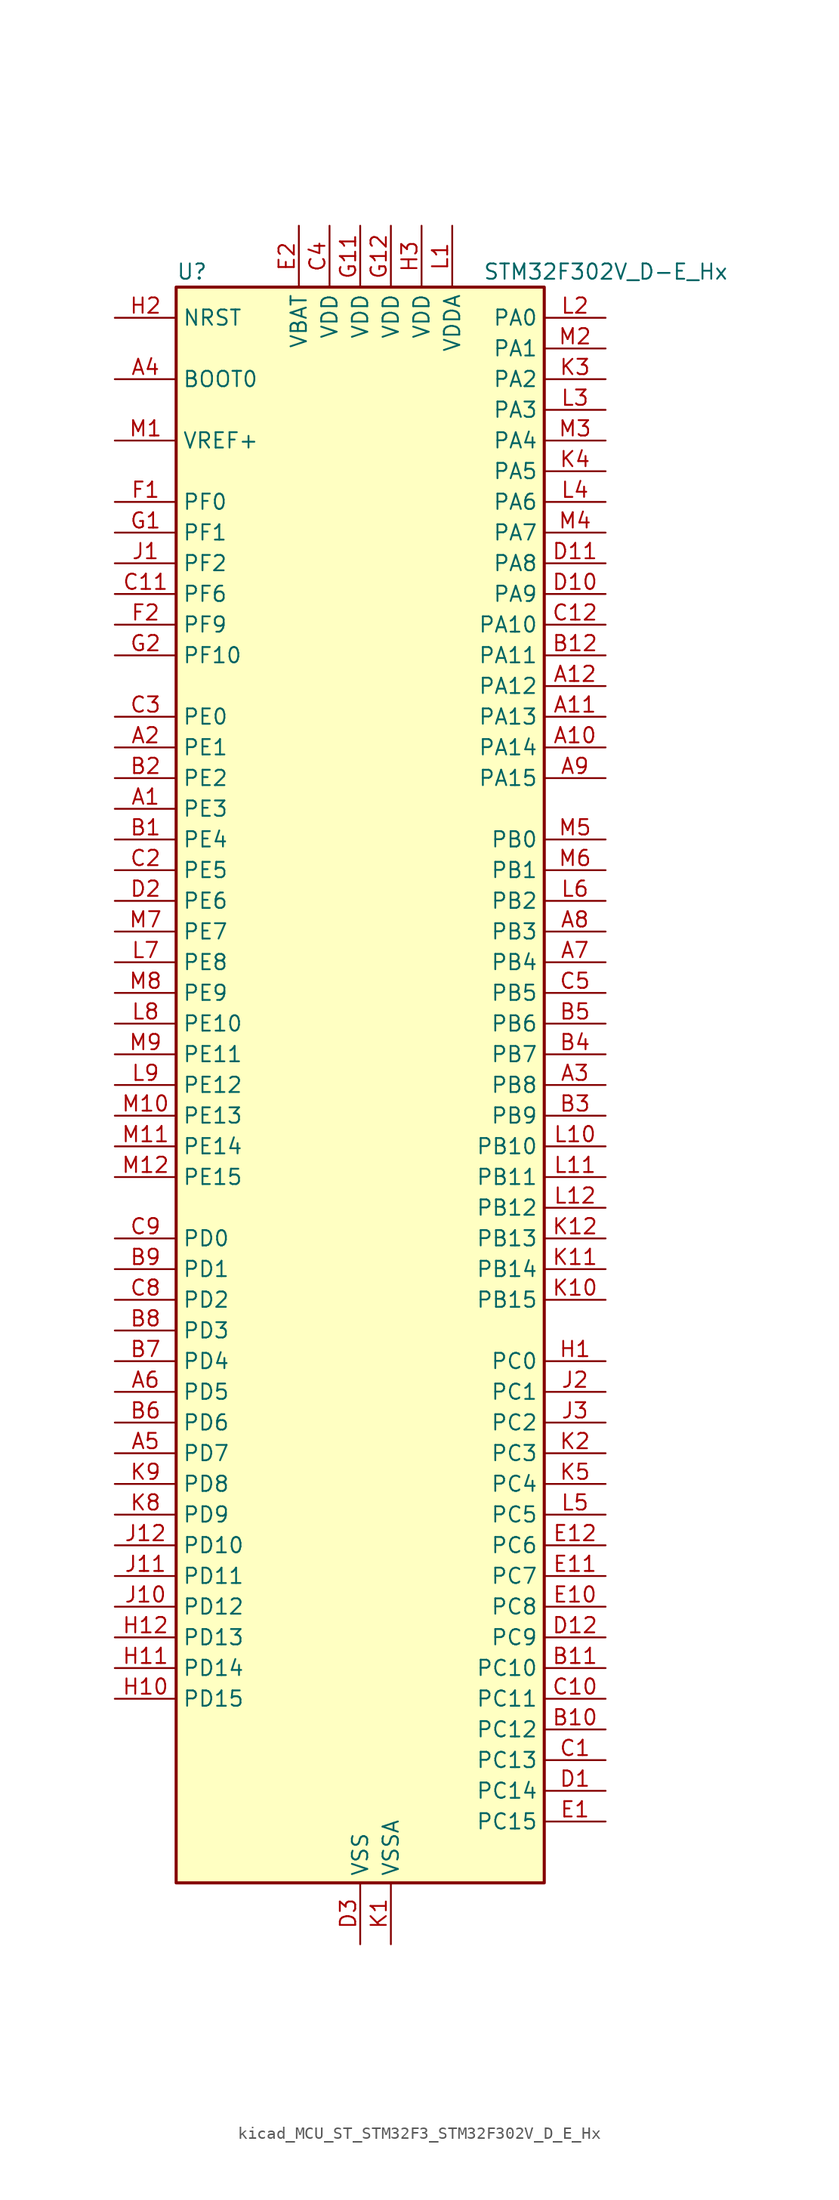
<source format=kicad_sym>
(kicad_symbol_lib
  (version 20220914)
  (generator kicad_symbol_editor)
  (symbol "kicad_MCU_ST_STM32F3_STM32F302V_D_E_Hx"
    (property "Reference" "U"
      (at -15.24 67.31 0)
      (effects (font (size 1.27 1.27)) (justify left)))
    (property "Value" "STM32F302V_D-E_Hx"
      (at 10.16 67.31 0)
      (effects (font (size 1.27 1.27)) (justify left)))
    (property "ki_locked" ""
      (at 0 0 0)
      (effects (font (size 1.27 1.27))))
    (symbol "kicad_MCU_ST_STM32F3_STM32F302V_D_E_Hx_0_1"
      (rectangle (start -15.24 -66.04) (end 15.24 66.04) (stroke (width 0.254) (type default)) (fill (type background))))
    (symbol "kicad_MCU_ST_STM32F3_STM32F302V_D_E_Hx_1_1"
      (pin bidirectional line (at -20.32 22.86 0) (length 5.08) (name "PE3" (effects (font (size 1.27 1.27)))) (number "A1" (effects (font (size 1.27 1.27)))) (alternate "FMC_A19" bidirectional line) (alternate "SPI4_NSS" bidirectional line) (alternate "SYS_TRACED0" bidirectional line) (alternate "TIM3_CH2" bidirectional line) (alternate "TSC_G7_IO2" bidirectional line))
      (pin bidirectional line (at 20.32 27.94 180) (length 5.08) (name "PA14" (effects (font (size 1.27 1.27)))) (number "A10" (effects (font (size 1.27 1.27)))) (alternate "I2C1_SDA" bidirectional line) (alternate "SYS_JTCK-SWCLK" bidirectional line) (alternate "TIM1_BKIN" bidirectional line) (alternate "TSC_G4_IO4" bidirectional line) (alternate "USART2_TX" bidirectional line))
      (pin bidirectional line (at 20.32 30.48 180) (length 5.08) (name "PA13" (effects (font (size 1.27 1.27)))) (number "A11" (effects (font (size 1.27 1.27)))) (alternate "IR_OUT" bidirectional line) (alternate "SYS_JTMS-SWDIO" bidirectional line) (alternate "TIM16_CH1N" bidirectional line) (alternate "TIM4_CH3" bidirectional line) (alternate "TSC_G4_IO3" bidirectional line) (alternate "USART3_CTS" bidirectional line))
      (pin bidirectional line (at 20.32 33.02 180) (length 5.08) (name "PA12" (effects (font (size 1.27 1.27)))) (number "A12" (effects (font (size 1.27 1.27)))) (alternate "CAN_TX" bidirectional line) (alternate "COMP2_OUT" bidirectional line) (alternate "I2S_CKIN" bidirectional line) (alternate "TIM16_CH1" bidirectional line) (alternate "TIM1_CH2N" bidirectional line) (alternate "TIM1_ETR" bidirectional line) (alternate "TIM4_CH2" bidirectional line) (alternate "USART1_DE" bidirectional line) (alternate "USART1_RTS" bidirectional line) (alternate "USB_DP" bidirectional line))
      (pin bidirectional line (at -20.32 27.94 0) (length 5.08) (name "PE1" (effects (font (size 1.27 1.27)))) (number "A2" (effects (font (size 1.27 1.27)))) (alternate "FMC_NBL1" bidirectional line) (alternate "TIM17_CH1" bidirectional line) (alternate "USART1_RX" bidirectional line))
      (pin bidirectional line (at 20.32 0 180) (length 5.08) (name "PB8" (effects (font (size 1.27 1.27)))) (number "A3" (effects (font (size 1.27 1.27)))) (alternate "CAN_RX" bidirectional line) (alternate "COMP1_OUT" bidirectional line) (alternate "I2C1_SCL" bidirectional line) (alternate "TIM16_CH1" bidirectional line) (alternate "TIM1_BKIN" bidirectional line) (alternate "TIM4_CH3" bidirectional line) (alternate "TSC_SYNC" bidirectional line) (alternate "USART3_RX" bidirectional line))
      (pin input line (at -20.32 58.42 0) (length 5.08) (name "BOOT0" (effects (font (size 1.27 1.27)))) (number "A4" (effects (font (size 1.27 1.27)))))
      (pin bidirectional line (at -20.32 -30.48 0) (length 5.08) (name "PD7" (effects (font (size 1.27 1.27)))) (number "A5" (effects (font (size 1.27 1.27)))) (alternate "FMC_NCE2" bidirectional line) (alternate "FMC_NE1" bidirectional line) (alternate "TIM2_CH3" bidirectional line) (alternate "USART2_CK" bidirectional line))
      (pin bidirectional line (at -20.32 -25.4 0) (length 5.08) (name "PD5" (effects (font (size 1.27 1.27)))) (number "A6" (effects (font (size 1.27 1.27)))) (alternate "FMC_NWE" bidirectional line) (alternate "USART2_TX" bidirectional line))
      (pin bidirectional line (at 20.32 10.16 180) (length 5.08) (name "PB4" (effects (font (size 1.27 1.27)))) (number "A7" (effects (font (size 1.27 1.27)))) (alternate "I2S3_ext_SD" bidirectional line) (alternate "SPI1_MISO" bidirectional line) (alternate "SPI3_MISO" bidirectional line) (alternate "SYS_NJTRST" bidirectional line) (alternate "TIM16_CH1" bidirectional line) (alternate "TIM17_BKIN" bidirectional line) (alternate "TIM3_CH1" bidirectional line) (alternate "TSC_G5_IO2" bidirectional line) (alternate "USART2_RX" bidirectional line))
      (pin bidirectional line (at 20.32 12.7 180) (length 5.08) (name "PB3" (effects (font (size 1.27 1.27)))) (number "A8" (effects (font (size 1.27 1.27)))) (alternate "I2S3_CK" bidirectional line) (alternate "SPI1_SCK" bidirectional line) (alternate "SPI3_SCK" bidirectional line) (alternate "SYS_JTDO-TRACESWO" bidirectional line) (alternate "TIM2_CH2" bidirectional line) (alternate "TIM3_ETR" bidirectional line) (alternate "TIM4_ETR" bidirectional line) (alternate "TSC_G5_IO1" bidirectional line) (alternate "USART2_TX" bidirectional line))
      (pin bidirectional line (at 20.32 25.4 180) (length 5.08) (name "PA15" (effects (font (size 1.27 1.27)))) (number "A9" (effects (font (size 1.27 1.27)))) (alternate "ADC1_EXTI15" bidirectional line) (alternate "ADC2_EXTI15" bidirectional line) (alternate "I2C1_SCL" bidirectional line) (alternate "I2S3_WS" bidirectional line) (alternate "SPI1_NSS" bidirectional line) (alternate "SPI3_NSS" bidirectional line) (alternate "SYS_JTDI" bidirectional line) (alternate "TIM1_BKIN" bidirectional line) (alternate "TIM2_CH1" bidirectional line) (alternate "TIM2_ETR" bidirectional line) (alternate "TSC_SYNC" bidirectional line) (alternate "USART2_RX" bidirectional line))
      (pin bidirectional line (at -20.32 20.32 0) (length 5.08) (name "PE4" (effects (font (size 1.27 1.27)))) (number "B1" (effects (font (size 1.27 1.27)))) (alternate "FMC_A20" bidirectional line) (alternate "SPI4_NSS" bidirectional line) (alternate "SYS_TRACED1" bidirectional line) (alternate "TIM3_CH3" bidirectional line) (alternate "TSC_G7_IO3" bidirectional line))
      (pin bidirectional line (at 20.32 -53.34 180) (length 5.08) (name "PC12" (effects (font (size 1.27 1.27)))) (number "B10" (effects (font (size 1.27 1.27)))) (alternate "I2S3_SD" bidirectional line) (alternate "SPI3_MOSI" bidirectional line) (alternate "UART5_TX" bidirectional line) (alternate "USART3_CK" bidirectional line))
      (pin bidirectional line (at 20.32 -48.26 180) (length 5.08) (name "PC10" (effects (font (size 1.27 1.27)))) (number "B11" (effects (font (size 1.27 1.27)))) (alternate "I2S3_CK" bidirectional line) (alternate "SPI3_SCK" bidirectional line) (alternate "UART4_TX" bidirectional line) (alternate "USART3_TX" bidirectional line))
      (pin bidirectional line (at 20.32 35.56 180) (length 5.08) (name "PA11" (effects (font (size 1.27 1.27)))) (number "B12" (effects (font (size 1.27 1.27)))) (alternate "ADC1_EXTI11" bidirectional line) (alternate "ADC2_EXTI11" bidirectional line) (alternate "CAN_RX" bidirectional line) (alternate "COMP1_OUT" bidirectional line) (alternate "I2S2_SD" bidirectional line) (alternate "SPI2_MOSI" bidirectional line) (alternate "TIM1_BKIN2" bidirectional line) (alternate "TIM1_CH1N" bidirectional line) (alternate "TIM1_CH4" bidirectional line) (alternate "TIM4_CH1" bidirectional line) (alternate "USART1_CTS" bidirectional line) (alternate "USB_DM" bidirectional line))
      (pin bidirectional line (at -20.32 25.4 0) (length 5.08) (name "PE2" (effects (font (size 1.27 1.27)))) (number "B2" (effects (font (size 1.27 1.27)))) (alternate "FMC_A23" bidirectional line) (alternate "SPI4_SCK" bidirectional line) (alternate "SYS_TRACECK" bidirectional line) (alternate "TIM3_CH1" bidirectional line) (alternate "TSC_G7_IO1" bidirectional line))
      (pin bidirectional line (at 20.32 -2.54 180) (length 5.08) (name "PB9" (effects (font (size 1.27 1.27)))) (number "B3" (effects (font (size 1.27 1.27)))) (alternate "CAN_TX" bidirectional line) (alternate "COMP2_OUT" bidirectional line) (alternate "DAC1_EXTI9" bidirectional line) (alternate "I2C1_SDA" bidirectional line) (alternate "IR_OUT" bidirectional line) (alternate "TIM17_CH1" bidirectional line) (alternate "TIM4_CH4" bidirectional line) (alternate "USART3_TX" bidirectional line))
      (pin bidirectional line (at 20.32 2.54 180) (length 5.08) (name "PB7" (effects (font (size 1.27 1.27)))) (number "B4" (effects (font (size 1.27 1.27)))) (alternate "FMC_NL" bidirectional line) (alternate "I2C1_SDA" bidirectional line) (alternate "TIM17_CH1N" bidirectional line) (alternate "TIM3_CH4" bidirectional line) (alternate "TIM4_CH2" bidirectional line) (alternate "TSC_G5_IO4" bidirectional line) (alternate "USART1_RX" bidirectional line))
      (pin bidirectional line (at 20.32 5.08 180) (length 5.08) (name "PB6" (effects (font (size 1.27 1.27)))) (number "B5" (effects (font (size 1.27 1.27)))) (alternate "I2C1_SCL" bidirectional line) (alternate "TIM16_CH1N" bidirectional line) (alternate "TIM4_CH1" bidirectional line) (alternate "TSC_G5_IO3" bidirectional line) (alternate "USART1_TX" bidirectional line))
      (pin bidirectional line (at -20.32 -27.94 0) (length 5.08) (name "PD6" (effects (font (size 1.27 1.27)))) (number "B6" (effects (font (size 1.27 1.27)))) (alternate "FMC_NWAIT" bidirectional line) (alternate "TIM2_CH4" bidirectional line) (alternate "USART2_RX" bidirectional line))
      (pin bidirectional line (at -20.32 -22.86 0) (length 5.08) (name "PD4" (effects (font (size 1.27 1.27)))) (number "B7" (effects (font (size 1.27 1.27)))) (alternate "FMC_NOE" bidirectional line) (alternate "TIM2_CH2" bidirectional line) (alternate "USART2_DE" bidirectional line) (alternate "USART2_RTS" bidirectional line))
      (pin bidirectional line (at -20.32 -20.32 0) (length 5.08) (name "PD3" (effects (font (size 1.27 1.27)))) (number "B8" (effects (font (size 1.27 1.27)))) (alternate "FMC_CLK" bidirectional line) (alternate "TIM2_CH1" bidirectional line) (alternate "TIM2_ETR" bidirectional line) (alternate "USART2_CTS" bidirectional line))
      (pin bidirectional line (at -20.32 -15.24 0) (length 5.08) (name "PD1" (effects (font (size 1.27 1.27)))) (number "B9" (effects (font (size 1.27 1.27)))) (alternate "CAN_TX" bidirectional line) (alternate "FMC_D3" bidirectional line) (alternate "FMC_DA3" bidirectional line))
      (pin bidirectional line (at 20.32 -55.88 180) (length 5.08) (name "PC13" (effects (font (size 1.27 1.27)))) (number "C1" (effects (font (size 1.27 1.27)))) (alternate "RTC_OUT_ALARM" bidirectional line) (alternate "RTC_OUT_CALIB" bidirectional line) (alternate "RTC_TAMP1" bidirectional line) (alternate "RTC_TS" bidirectional line) (alternate "SYS_WKUP2" bidirectional line) (alternate "TIM1_CH1N" bidirectional line))
      (pin bidirectional line (at 20.32 -50.8 180) (length 5.08) (name "PC11" (effects (font (size 1.27 1.27)))) (number "C10" (effects (font (size 1.27 1.27)))) (alternate "ADC1_EXTI11" bidirectional line) (alternate "ADC2_EXTI11" bidirectional line) (alternate "I2S3_ext_SD" bidirectional line) (alternate "SPI3_MISO" bidirectional line) (alternate "UART4_RX" bidirectional line) (alternate "USART3_RX" bidirectional line))
      (pin bidirectional line (at -20.32 40.64 0) (length 5.08) (name "PF6" (effects (font (size 1.27 1.27)))) (number "C11" (effects (font (size 1.27 1.27)))) (alternate "FMC_NIORD" bidirectional line) (alternate "I2C2_SCL" bidirectional line) (alternate "TIM4_CH4" bidirectional line) (alternate "USART3_DE" bidirectional line) (alternate "USART3_RTS" bidirectional line))
      (pin bidirectional line (at 20.32 38.1 180) (length 5.08) (name "PA10" (effects (font (size 1.27 1.27)))) (number "C12" (effects (font (size 1.27 1.27)))) (alternate "COMP6_OUT" bidirectional line) (alternate "I2C2_SDA" bidirectional line) (alternate "I2S2_ext_SD" bidirectional line) (alternate "SPI2_MISO" bidirectional line) (alternate "TIM17_BKIN" bidirectional line) (alternate "TIM1_CH3" bidirectional line) (alternate "TIM2_CH4" bidirectional line) (alternate "TSC_G4_IO2" bidirectional line) (alternate "USART1_RX" bidirectional line))
      (pin bidirectional line (at -20.32 17.78 0) (length 5.08) (name "PE5" (effects (font (size 1.27 1.27)))) (number "C2" (effects (font (size 1.27 1.27)))) (alternate "FMC_A21" bidirectional line) (alternate "SPI4_MISO" bidirectional line) (alternate "SYS_TRACED2" bidirectional line) (alternate "TIM3_CH4" bidirectional line) (alternate "TSC_G7_IO4" bidirectional line))
      (pin bidirectional line (at -20.32 30.48 0) (length 5.08) (name "PE0" (effects (font (size 1.27 1.27)))) (number "C3" (effects (font (size 1.27 1.27)))) (alternate "FMC_NBL0" bidirectional line) (alternate "TIM16_CH1" bidirectional line) (alternate "TIM4_ETR" bidirectional line) (alternate "USART1_TX" bidirectional line))
      (pin power_in line (at -2.54 71.12 270) (length 5.08) (name "VDD" (effects (font (size 1.27 1.27)))) (number "C4" (effects (font (size 1.27 1.27)))))
      (pin bidirectional line (at 20.32 7.62 180) (length 5.08) (name "PB5" (effects (font (size 1.27 1.27)))) (number "C5" (effects (font (size 1.27 1.27)))) (alternate "I2C1_SMBA" bidirectional line) (alternate "I2C3_SDA" bidirectional line) (alternate "I2S3_SD" bidirectional line) (alternate "SPI1_MOSI" bidirectional line) (alternate "SPI3_MOSI" bidirectional line) (alternate "TIM16_BKIN" bidirectional line) (alternate "TIM17_CH1" bidirectional line) (alternate "TIM3_CH2" bidirectional line) (alternate "USART2_CK" bidirectional line))
      (pin bidirectional line (at -20.32 -17.78 0) (length 5.08) (name "PD2" (effects (font (size 1.27 1.27)))) (number "C8" (effects (font (size 1.27 1.27)))) (alternate "TIM3_ETR" bidirectional line) (alternate "UART5_RX" bidirectional line))
      (pin bidirectional line (at -20.32 -12.7 0) (length 5.08) (name "PD0" (effects (font (size 1.27 1.27)))) (number "C9" (effects (font (size 1.27 1.27)))) (alternate "CAN_RX" bidirectional line) (alternate "FMC_D2" bidirectional line) (alternate "FMC_DA2" bidirectional line))
      (pin bidirectional line (at 20.32 -58.42 180) (length 5.08) (name "PC14" (effects (font (size 1.27 1.27)))) (number "D1" (effects (font (size 1.27 1.27)))) (alternate "RCC_OSC32_IN" bidirectional line))
      (pin bidirectional line (at 20.32 40.64 180) (length 5.08) (name "PA9" (effects (font (size 1.27 1.27)))) (number "D10" (effects (font (size 1.27 1.27)))) (alternate "DAC1_EXTI9" bidirectional line) (alternate "I2C2_SCL" bidirectional line) (alternate "I2C3_SMBA" bidirectional line) (alternate "I2S3_MCK" bidirectional line) (alternate "TIM15_BKIN" bidirectional line) (alternate "TIM1_CH2" bidirectional line) (alternate "TIM2_CH3" bidirectional line) (alternate "TSC_G4_IO1" bidirectional line) (alternate "USART1_TX" bidirectional line))
      (pin bidirectional line (at 20.32 43.18 180) (length 5.08) (name "PA8" (effects (font (size 1.27 1.27)))) (number "D11" (effects (font (size 1.27 1.27)))) (alternate "I2C2_SMBA" bidirectional line) (alternate "I2C3_SCL" bidirectional line) (alternate "I2S2_MCK" bidirectional line) (alternate "RCC_MCO" bidirectional line) (alternate "TIM1_CH1" bidirectional line) (alternate "TIM4_ETR" bidirectional line) (alternate "USART1_CK" bidirectional line))
      (pin bidirectional line (at 20.32 -45.72 180) (length 5.08) (name "PC9" (effects (font (size 1.27 1.27)))) (number "D12" (effects (font (size 1.27 1.27)))) (alternate "DAC1_EXTI9" bidirectional line) (alternate "I2C3_SDA" bidirectional line) (alternate "I2S_CKIN" bidirectional line) (alternate "TIM3_CH4" bidirectional line))
      (pin bidirectional line (at -20.32 15.24 0) (length 5.08) (name "PE6" (effects (font (size 1.27 1.27)))) (number "D2" (effects (font (size 1.27 1.27)))) (alternate "FMC_A22" bidirectional line) (alternate "RTC_TAMP3" bidirectional line) (alternate "SPI4_MOSI" bidirectional line) (alternate "SYS_TRACED3" bidirectional line) (alternate "SYS_WKUP3" bidirectional line))
      (pin power_in line (at 0 -71.12 90) (length 5.08) (name "VSS" (effects (font (size 1.27 1.27)))) (number "D3" (effects (font (size 1.27 1.27)))))
      (pin bidirectional line (at 20.32 -60.96 180) (length 5.08) (name "PC15" (effects (font (size 1.27 1.27)))) (number "E1" (effects (font (size 1.27 1.27)))) (alternate "ADC1_EXTI15" bidirectional line) (alternate "ADC2_EXTI15" bidirectional line) (alternate "RCC_OSC32_OUT" bidirectional line))
      (pin bidirectional line (at 20.32 -43.18 180) (length 5.08) (name "PC8" (effects (font (size 1.27 1.27)))) (number "E10" (effects (font (size 1.27 1.27)))) (alternate "TIM3_CH3" bidirectional line))
      (pin bidirectional line (at 20.32 -40.64 180) (length 5.08) (name "PC7" (effects (font (size 1.27 1.27)))) (number "E11" (effects (font (size 1.27 1.27)))) (alternate "I2S3_MCK" bidirectional line) (alternate "TIM3_CH2" bidirectional line))
      (pin bidirectional line (at 20.32 -38.1 180) (length 5.08) (name "PC6" (effects (font (size 1.27 1.27)))) (number "E12" (effects (font (size 1.27 1.27)))) (alternate "COMP6_OUT" bidirectional line) (alternate "I2S2_MCK" bidirectional line) (alternate "TIM3_CH1" bidirectional line))
      (pin power_in line (at -5.08 71.12 270) (length 5.08) (name "VBAT" (effects (font (size 1.27 1.27)))) (number "E2" (effects (font (size 1.27 1.27)))))
      (pin passive line (at 0 -71.12 90) (length 5.08) hide (name "VSS" (effects (font (size 1.27 1.27)))) (number "E3" (effects (font (size 1.27 1.27)))))
      (pin bidirectional line (at -20.32 48.26 0) (length 5.08) (name "PF0" (effects (font (size 1.27 1.27)))) (number "F1" (effects (font (size 1.27 1.27)))) (alternate "I2C2_SDA" bidirectional line) (alternate "I2S2_WS" bidirectional line) (alternate "RCC_OSC_IN" bidirectional line) (alternate "SPI2_NSS" bidirectional line) (alternate "TIM1_CH3N" bidirectional line))
      (pin passive line (at 0 -71.12 90) (length 5.08) hide (name "VSS" (effects (font (size 1.27 1.27)))) (number "F11" (effects (font (size 1.27 1.27)))))
      (pin passive line (at 0 -71.12 90) (length 5.08) hide (name "VSS" (effects (font (size 1.27 1.27)))) (number "F12" (effects (font (size 1.27 1.27)))))
      (pin bidirectional line (at -20.32 38.1 0) (length 5.08) (name "PF9" (effects (font (size 1.27 1.27)))) (number "F2" (effects (font (size 1.27 1.27)))) (alternate "DAC1_EXTI9" bidirectional line) (alternate "FMC_CD" bidirectional line) (alternate "SPI2_SCK" bidirectional line) (alternate "TIM15_CH1" bidirectional line))
      (pin bidirectional line (at -20.32 45.72 0) (length 5.08) (name "PF1" (effects (font (size 1.27 1.27)))) (number "G1" (effects (font (size 1.27 1.27)))) (alternate "I2C2_SCL" bidirectional line) (alternate "I2S2_CK" bidirectional line) (alternate "RCC_OSC_OUT" bidirectional line) (alternate "SPI2_SCK" bidirectional line))
      (pin power_in line (at 0 71.12 270) (length 5.08) (name "VDD" (effects (font (size 1.27 1.27)))) (number "G11" (effects (font (size 1.27 1.27)))))
      (pin power_in line (at 2.54 71.12 270) (length 5.08) (name "VDD" (effects (font (size 1.27 1.27)))) (number "G12" (effects (font (size 1.27 1.27)))))
      (pin bidirectional line (at -20.32 35.56 0) (length 5.08) (name "PF10" (effects (font (size 1.27 1.27)))) (number "G2" (effects (font (size 1.27 1.27)))) (alternate "FMC_INTR" bidirectional line) (alternate "SPI2_SCK" bidirectional line) (alternate "TIM15_CH2" bidirectional line))
      (pin bidirectional line (at 20.32 -22.86 180) (length 5.08) (name "PC0" (effects (font (size 1.27 1.27)))) (number "H1" (effects (font (size 1.27 1.27)))) (alternate "ADC1_IN6" bidirectional line) (alternate "ADC2_IN6" bidirectional line) (alternate "TIM1_CH1" bidirectional line))
      (pin bidirectional line (at -20.32 -50.8 0) (length 5.08) (name "PD15" (effects (font (size 1.27 1.27)))) (number "H10" (effects (font (size 1.27 1.27)))) (alternate "ADC1_EXTI15" bidirectional line) (alternate "ADC2_EXTI15" bidirectional line) (alternate "FMC_D1" bidirectional line) (alternate "FMC_DA1" bidirectional line) (alternate "SPI2_NSS" bidirectional line) (alternate "TIM4_CH4" bidirectional line) (alternate "TSC_G8_IO4" bidirectional line))
      (pin bidirectional line (at -20.32 -48.26 0) (length 5.08) (name "PD14" (effects (font (size 1.27 1.27)))) (number "H11" (effects (font (size 1.27 1.27)))) (alternate "FMC_D0" bidirectional line) (alternate "FMC_DA0" bidirectional line) (alternate "OPAMP2_VINP" bidirectional line) (alternate "OPAMP2_VINP_SEC" bidirectional line) (alternate "TIM4_CH3" bidirectional line) (alternate "TSC_G8_IO3" bidirectional line))
      (pin bidirectional line (at -20.32 -45.72 0) (length 5.08) (name "PD13" (effects (font (size 1.27 1.27)))) (number "H12" (effects (font (size 1.27 1.27)))) (alternate "FMC_A18" bidirectional line) (alternate "TIM4_CH2" bidirectional line) (alternate "TSC_G8_IO2" bidirectional line))
      (pin input line (at -20.32 63.5 0) (length 5.08) (name "NRST" (effects (font (size 1.27 1.27)))) (number "H2" (effects (font (size 1.27 1.27)))))
      (pin power_in line (at 5.08 71.12 270) (length 5.08) (name "VDD" (effects (font (size 1.27 1.27)))) (number "H3" (effects (font (size 1.27 1.27)))))
      (pin bidirectional line (at -20.32 43.18 0) (length 5.08) (name "PF2" (effects (font (size 1.27 1.27)))) (number "J1" (effects (font (size 1.27 1.27)))) (alternate "ADC1_IN10" bidirectional line) (alternate "ADC2_IN10" bidirectional line) (alternate "FMC_A2" bidirectional line))
      (pin bidirectional line (at -20.32 -43.18 0) (length 5.08) (name "PD12" (effects (font (size 1.27 1.27)))) (number "J10" (effects (font (size 1.27 1.27)))) (alternate "FMC_A17" bidirectional line) (alternate "FMC_ALE" bidirectional line) (alternate "TIM4_CH1" bidirectional line) (alternate "TSC_G8_IO1" bidirectional line) (alternate "USART3_DE" bidirectional line) (alternate "USART3_RTS" bidirectional line))
      (pin bidirectional line (at -20.32 -40.64 0) (length 5.08) (name "PD11" (effects (font (size 1.27 1.27)))) (number "J11" (effects (font (size 1.27 1.27)))) (alternate "ADC1_EXTI11" bidirectional line) (alternate "ADC2_EXTI11" bidirectional line) (alternate "FMC_A16" bidirectional line) (alternate "FMC_CLE" bidirectional line) (alternate "USART3_CTS" bidirectional line))
      (pin bidirectional line (at -20.32 -38.1 0) (length 5.08) (name "PD10" (effects (font (size 1.27 1.27)))) (number "J12" (effects (font (size 1.27 1.27)))) (alternate "COMP6_INM" bidirectional line) (alternate "FMC_D15" bidirectional line) (alternate "FMC_DA15" bidirectional line) (alternate "USART3_CK" bidirectional line))
      (pin bidirectional line (at 20.32 -25.4 180) (length 5.08) (name "PC1" (effects (font (size 1.27 1.27)))) (number "J2" (effects (font (size 1.27 1.27)))) (alternate "ADC1_IN7" bidirectional line) (alternate "ADC2_IN7" bidirectional line) (alternate "TIM1_CH2" bidirectional line))
      (pin bidirectional line (at 20.32 -27.94 180) (length 5.08) (name "PC2" (effects (font (size 1.27 1.27)))) (number "J3" (effects (font (size 1.27 1.27)))) (alternate "ADC1_IN8" bidirectional line) (alternate "ADC2_IN8" bidirectional line) (alternate "TIM1_CH3" bidirectional line))
      (pin power_in line (at 2.54 -71.12 90) (length 5.08) (name "VSSA" (effects (font (size 1.27 1.27)))) (number "K1" (effects (font (size 1.27 1.27)))))
      (pin bidirectional line (at 20.32 -17.78 180) (length 5.08) (name "PB15" (effects (font (size 1.27 1.27)))) (number "K10" (effects (font (size 1.27 1.27)))) (alternate "ADC1_EXTI15" bidirectional line) (alternate "ADC2_EXTI15" bidirectional line) (alternate "COMP6_INM" bidirectional line) (alternate "I2S2_SD" bidirectional line) (alternate "RTC_REFIN" bidirectional line) (alternate "SPI2_MOSI" bidirectional line) (alternate "TIM15_CH1N" bidirectional line) (alternate "TIM15_CH2" bidirectional line) (alternate "TIM1_CH3N" bidirectional line))
      (pin bidirectional line (at 20.32 -15.24 180) (length 5.08) (name "PB14" (effects (font (size 1.27 1.27)))) (number "K11" (effects (font (size 1.27 1.27)))) (alternate "I2S2_ext_SD" bidirectional line) (alternate "OPAMP2_VINP" bidirectional line) (alternate "OPAMP2_VINP_SEC" bidirectional line) (alternate "SPI2_MISO" bidirectional line) (alternate "TIM15_CH1" bidirectional line) (alternate "TIM1_CH2N" bidirectional line) (alternate "TSC_G6_IO4" bidirectional line) (alternate "USART3_DE" bidirectional line) (alternate "USART3_RTS" bidirectional line))
      (pin bidirectional line (at 20.32 -12.7 180) (length 5.08) (name "PB13" (effects (font (size 1.27 1.27)))) (number "K12" (effects (font (size 1.27 1.27)))) (alternate "I2S2_CK" bidirectional line) (alternate "SPI2_SCK" bidirectional line) (alternate "TIM1_CH1N" bidirectional line) (alternate "TSC_G6_IO3" bidirectional line) (alternate "USART3_CTS" bidirectional line))
      (pin bidirectional line (at 20.32 -30.48 180) (length 5.08) (name "PC3" (effects (font (size 1.27 1.27)))) (number "K2" (effects (font (size 1.27 1.27)))) (alternate "ADC1_IN9" bidirectional line) (alternate "ADC2_IN9" bidirectional line) (alternate "TIM1_BKIN2" bidirectional line) (alternate "TIM1_CH4" bidirectional line))
      (pin bidirectional line (at 20.32 58.42 180) (length 5.08) (name "PA2" (effects (font (size 1.27 1.27)))) (number "K3" (effects (font (size 1.27 1.27)))) (alternate "ADC1_IN3" bidirectional line) (alternate "COMP2_INM" bidirectional line) (alternate "COMP2_OUT" bidirectional line) (alternate "OPAMP1_VOUT" bidirectional line) (alternate "TIM15_CH1" bidirectional line) (alternate "TIM2_CH3" bidirectional line) (alternate "TSC_G1_IO3" bidirectional line) (alternate "USART2_TX" bidirectional line))
      (pin bidirectional line (at 20.32 50.8 180) (length 5.08) (name "PA5" (effects (font (size 1.27 1.27)))) (number "K4" (effects (font (size 1.27 1.27)))) (alternate "ADC2_IN2" bidirectional line) (alternate "COMP1_INM" bidirectional line) (alternate "COMP2_INM" bidirectional line) (alternate "COMP4_INM" bidirectional line) (alternate "COMP6_INM" bidirectional line) (alternate "OPAMP1_VINP" bidirectional line) (alternate "OPAMP1_VINP_SEC" bidirectional line) (alternate "OPAMP2_VINM" bidirectional line) (alternate "OPAMP2_VINM_SEC" bidirectional line) (alternate "SPI1_SCK" bidirectional line) (alternate "TIM2_CH1" bidirectional line) (alternate "TIM2_ETR" bidirectional line) (alternate "TSC_G2_IO2" bidirectional line))
      (pin bidirectional line (at 20.32 -33.02 180) (length 5.08) (name "PC4" (effects (font (size 1.27 1.27)))) (number "K5" (effects (font (size 1.27 1.27)))) (alternate "ADC2_IN5" bidirectional line) (alternate "TIM1_ETR" bidirectional line) (alternate "USART1_TX" bidirectional line))
      (pin bidirectional line (at -20.32 -35.56 0) (length 5.08) (name "PD9" (effects (font (size 1.27 1.27)))) (number "K8" (effects (font (size 1.27 1.27)))) (alternate "DAC1_EXTI9" bidirectional line) (alternate "FMC_D14" bidirectional line) (alternate "FMC_DA14" bidirectional line) (alternate "USART3_RX" bidirectional line))
      (pin bidirectional line (at -20.32 -33.02 0) (length 5.08) (name "PD8" (effects (font (size 1.27 1.27)))) (number "K9" (effects (font (size 1.27 1.27)))) (alternate "FMC_D13" bidirectional line) (alternate "FMC_DA13" bidirectional line) (alternate "USART3_TX" bidirectional line))
      (pin power_in line (at 7.62 71.12 270) (length 5.08) (name "VDDA" (effects (font (size 1.27 1.27)))) (number "L1" (effects (font (size 1.27 1.27)))))
      (pin bidirectional line (at 20.32 -5.08 180) (length 5.08) (name "PB10" (effects (font (size 1.27 1.27)))) (number "L10" (effects (font (size 1.27 1.27)))) (alternate "TIM2_CH3" bidirectional line) (alternate "TSC_SYNC" bidirectional line) (alternate "USART3_TX" bidirectional line))
      (pin bidirectional line (at 20.32 -7.62 180) (length 5.08) (name "PB11" (effects (font (size 1.27 1.27)))) (number "L11" (effects (font (size 1.27 1.27)))) (alternate "ADC1_EXTI11" bidirectional line) (alternate "ADC1_IN14" bidirectional line) (alternate "ADC2_EXTI11" bidirectional line) (alternate "ADC2_IN14" bidirectional line) (alternate "COMP6_INP" bidirectional line) (alternate "TIM2_CH4" bidirectional line) (alternate "TSC_G6_IO1" bidirectional line) (alternate "USART3_RX" bidirectional line))
      (pin bidirectional line (at 20.32 -10.16 180) (length 5.08) (name "PB12" (effects (font (size 1.27 1.27)))) (number "L12" (effects (font (size 1.27 1.27)))) (alternate "I2C2_SMBA" bidirectional line) (alternate "I2S2_WS" bidirectional line) (alternate "SPI2_NSS" bidirectional line) (alternate "TIM1_BKIN" bidirectional line) (alternate "TSC_G6_IO2" bidirectional line) (alternate "USART3_CK" bidirectional line))
      (pin bidirectional line (at 20.32 63.5 180) (length 5.08) (name "PA0" (effects (font (size 1.27 1.27)))) (number "L2" (effects (font (size 1.27 1.27)))) (alternate "ADC1_IN1" bidirectional line) (alternate "COMP1_INM" bidirectional line) (alternate "COMP1_OUT" bidirectional line) (alternate "RTC_TAMP2" bidirectional line) (alternate "SYS_WKUP1" bidirectional line) (alternate "TIM2_CH1" bidirectional line) (alternate "TIM2_ETR" bidirectional line) (alternate "TSC_G1_IO1" bidirectional line) (alternate "USART2_CTS" bidirectional line))
      (pin bidirectional line (at 20.32 55.88 180) (length 5.08) (name "PA3" (effects (font (size 1.27 1.27)))) (number "L3" (effects (font (size 1.27 1.27)))) (alternate "ADC1_IN4" bidirectional line) (alternate "OPAMP1_VINM" bidirectional line) (alternate "OPAMP1_VINM_SEC" bidirectional line) (alternate "OPAMP1_VINP" bidirectional line) (alternate "OPAMP1_VINP_SEC" bidirectional line) (alternate "TIM15_CH2" bidirectional line) (alternate "TIM2_CH4" bidirectional line) (alternate "TSC_G1_IO4" bidirectional line) (alternate "USART2_RX" bidirectional line))
      (pin bidirectional line (at 20.32 48.26 180) (length 5.08) (name "PA6" (effects (font (size 1.27 1.27)))) (number "L4" (effects (font (size 1.27 1.27)))) (alternate "ADC2_IN3" bidirectional line) (alternate "COMP1_OUT" bidirectional line) (alternate "OPAMP2_VOUT" bidirectional line) (alternate "SPI1_MISO" bidirectional line) (alternate "TIM16_CH1" bidirectional line) (alternate "TIM1_BKIN" bidirectional line) (alternate "TIM3_CH1" bidirectional line) (alternate "TSC_G2_IO3" bidirectional line))
      (pin bidirectional line (at 20.32 -35.56 180) (length 5.08) (name "PC5" (effects (font (size 1.27 1.27)))) (number "L5" (effects (font (size 1.27 1.27)))) (alternate "ADC2_IN11" bidirectional line) (alternate "OPAMP1_VINM" bidirectional line) (alternate "OPAMP1_VINM_SEC" bidirectional line) (alternate "OPAMP2_VINM" bidirectional line) (alternate "OPAMP2_VINM_SEC" bidirectional line) (alternate "TIM15_BKIN" bidirectional line) (alternate "TSC_G3_IO1" bidirectional line) (alternate "USART1_RX" bidirectional line))
      (pin bidirectional line (at 20.32 15.24 180) (length 5.08) (name "PB2" (effects (font (size 1.27 1.27)))) (number "L6" (effects (font (size 1.27 1.27)))) (alternate "ADC2_IN12" bidirectional line) (alternate "COMP4_INM" bidirectional line) (alternate "TSC_G3_IO4" bidirectional line))
      (pin bidirectional line (at -20.32 10.16 0) (length 5.08) (name "PE8" (effects (font (size 1.27 1.27)))) (number "L7" (effects (font (size 1.27 1.27)))) (alternate "COMP4_INM" bidirectional line) (alternate "FMC_D5" bidirectional line) (alternate "FMC_DA5" bidirectional line) (alternate "TIM1_CH1N" bidirectional line))
      (pin bidirectional line (at -20.32 5.08 0) (length 5.08) (name "PE10" (effects (font (size 1.27 1.27)))) (number "L8" (effects (font (size 1.27 1.27)))) (alternate "FMC_D7" bidirectional line) (alternate "FMC_DA7" bidirectional line) (alternate "TIM1_CH2N" bidirectional line))
      (pin bidirectional line (at -20.32 0 0) (length 5.08) (name "PE12" (effects (font (size 1.27 1.27)))) (number "L9" (effects (font (size 1.27 1.27)))) (alternate "FMC_D9" bidirectional line) (alternate "FMC_DA9" bidirectional line) (alternate "SPI4_SCK" bidirectional line) (alternate "TIM1_CH3N" bidirectional line))
      (pin input line (at -20.32 53.34 0) (length 5.08) (name "VREF+" (effects (font (size 1.27 1.27)))) (number "M1" (effects (font (size 1.27 1.27)))))
      (pin bidirectional line (at -20.32 -2.54 0) (length 5.08) (name "PE13" (effects (font (size 1.27 1.27)))) (number "M10" (effects (font (size 1.27 1.27)))) (alternate "FMC_D10" bidirectional line) (alternate "FMC_DA10" bidirectional line) (alternate "SPI4_MISO" bidirectional line) (alternate "TIM1_CH3" bidirectional line))
      (pin bidirectional line (at -20.32 -5.08 0) (length 5.08) (name "PE14" (effects (font (size 1.27 1.27)))) (number "M11" (effects (font (size 1.27 1.27)))) (alternate "FMC_D11" bidirectional line) (alternate "FMC_DA11" bidirectional line) (alternate "SPI4_MOSI" bidirectional line) (alternate "TIM1_BKIN2" bidirectional line) (alternate "TIM1_CH4" bidirectional line))
      (pin bidirectional line (at -20.32 -7.62 0) (length 5.08) (name "PE15" (effects (font (size 1.27 1.27)))) (number "M12" (effects (font (size 1.27 1.27)))) (alternate "ADC1_EXTI15" bidirectional line) (alternate "ADC2_EXTI15" bidirectional line) (alternate "FMC_D12" bidirectional line) (alternate "FMC_DA12" bidirectional line) (alternate "TIM1_BKIN" bidirectional line) (alternate "USART3_RX" bidirectional line))
      (pin bidirectional line (at 20.32 60.96 180) (length 5.08) (name "PA1" (effects (font (size 1.27 1.27)))) (number "M2" (effects (font (size 1.27 1.27)))) (alternate "ADC1_IN2" bidirectional line) (alternate "COMP1_INP" bidirectional line) (alternate "OPAMP1_VINP" bidirectional line) (alternate "OPAMP1_VINP_SEC" bidirectional line) (alternate "RTC_REFIN" bidirectional line) (alternate "TIM15_CH1N" bidirectional line) (alternate "TIM2_CH2" bidirectional line) (alternate "TSC_G1_IO2" bidirectional line) (alternate "USART2_DE" bidirectional line) (alternate "USART2_RTS" bidirectional line))
      (pin bidirectional line (at 20.32 53.34 180) (length 5.08) (name "PA4" (effects (font (size 1.27 1.27)))) (number "M3" (effects (font (size 1.27 1.27)))) (alternate "ADC2_IN1" bidirectional line) (alternate "COMP1_INM" bidirectional line) (alternate "COMP2_INM" bidirectional line) (alternate "COMP4_INM" bidirectional line) (alternate "COMP6_INM" bidirectional line) (alternate "DAC1_OUT1" bidirectional line) (alternate "I2S3_WS" bidirectional line) (alternate "SPI1_NSS" bidirectional line) (alternate "SPI3_NSS" bidirectional line) (alternate "TIM3_CH2" bidirectional line) (alternate "TSC_G2_IO1" bidirectional line) (alternate "USART2_CK" bidirectional line))
      (pin bidirectional line (at 20.32 45.72 180) (length 5.08) (name "PA7" (effects (font (size 1.27 1.27)))) (number "M4" (effects (font (size 1.27 1.27)))) (alternate "ADC2_IN4" bidirectional line) (alternate "COMP2_INP" bidirectional line) (alternate "OPAMP1_VINP" bidirectional line) (alternate "OPAMP1_VINP_SEC" bidirectional line) (alternate "OPAMP2_VINP" bidirectional line) (alternate "OPAMP2_VINP_SEC" bidirectional line) (alternate "SPI1_MOSI" bidirectional line) (alternate "TIM17_CH1" bidirectional line) (alternate "TIM1_CH1N" bidirectional line) (alternate "TIM3_CH2" bidirectional line) (alternate "TSC_G2_IO4" bidirectional line))
      (pin bidirectional line (at 20.32 20.32 180) (length 5.08) (name "PB0" (effects (font (size 1.27 1.27)))) (number "M5" (effects (font (size 1.27 1.27)))) (alternate "COMP4_INP" bidirectional line) (alternate "OPAMP2_VINP" bidirectional line) (alternate "OPAMP2_VINP_SEC" bidirectional line) (alternate "TIM1_CH2N" bidirectional line) (alternate "TIM3_CH3" bidirectional line) (alternate "TSC_G3_IO2" bidirectional line))
      (pin bidirectional line (at 20.32 17.78 180) (length 5.08) (name "PB1" (effects (font (size 1.27 1.27)))) (number "M6" (effects (font (size 1.27 1.27)))) (alternate "COMP4_OUT" bidirectional line) (alternate "TIM1_CH3N" bidirectional line) (alternate "TIM3_CH4" bidirectional line) (alternate "TSC_G3_IO3" bidirectional line))
      (pin bidirectional line (at -20.32 12.7 0) (length 5.08) (name "PE7" (effects (font (size 1.27 1.27)))) (number "M7" (effects (font (size 1.27 1.27)))) (alternate "FMC_D4" bidirectional line) (alternate "FMC_DA4" bidirectional line) (alternate "TIM1_ETR" bidirectional line))
      (pin bidirectional line (at -20.32 7.62 0) (length 5.08) (name "PE9" (effects (font (size 1.27 1.27)))) (number "M8" (effects (font (size 1.27 1.27)))) (alternate "DAC1_EXTI9" bidirectional line) (alternate "FMC_D6" bidirectional line) (alternate "FMC_DA6" bidirectional line) (alternate "TIM1_CH1" bidirectional line))
      (pin bidirectional line (at -20.32 2.54 0) (length 5.08) (name "PE11" (effects (font (size 1.27 1.27)))) (number "M9" (effects (font (size 1.27 1.27)))) (alternate "ADC1_EXTI11" bidirectional line) (alternate "ADC2_EXTI11" bidirectional line) (alternate "FMC_D8" bidirectional line) (alternate "FMC_DA8" bidirectional line) (alternate "SPI4_NSS" bidirectional line) (alternate "TIM1_CH2" bidirectional line)))))
</source>
